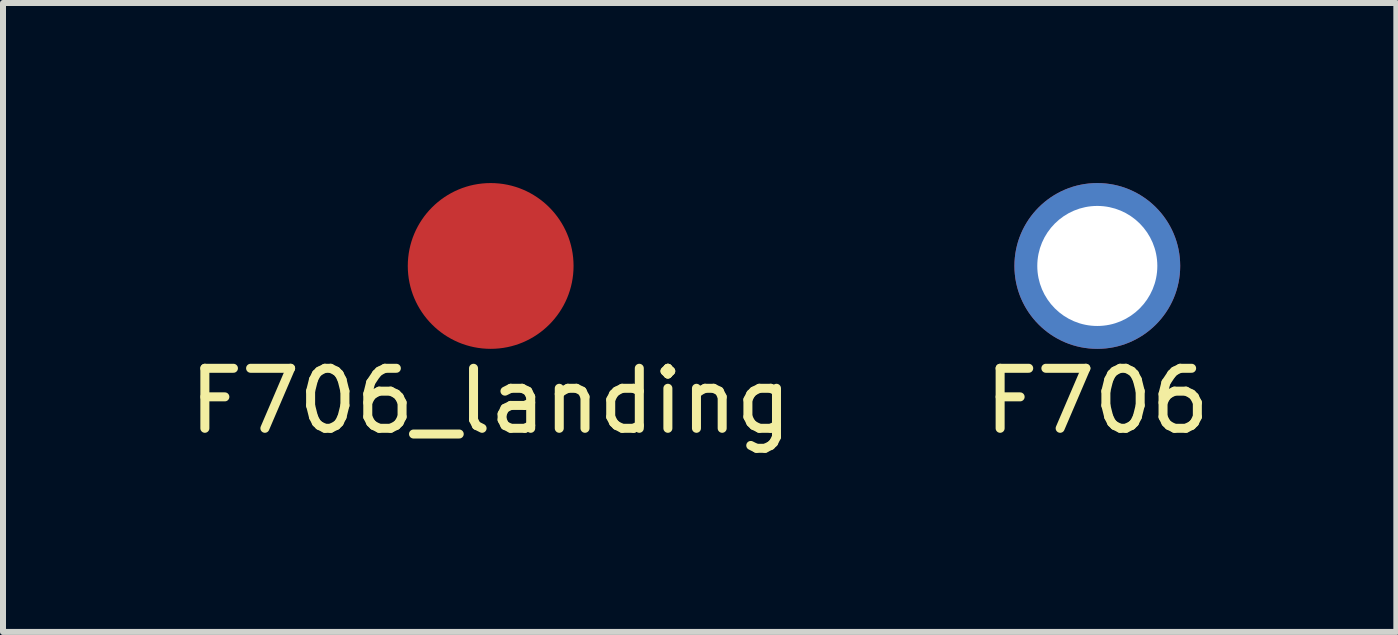
<source format=kicad_pcb>
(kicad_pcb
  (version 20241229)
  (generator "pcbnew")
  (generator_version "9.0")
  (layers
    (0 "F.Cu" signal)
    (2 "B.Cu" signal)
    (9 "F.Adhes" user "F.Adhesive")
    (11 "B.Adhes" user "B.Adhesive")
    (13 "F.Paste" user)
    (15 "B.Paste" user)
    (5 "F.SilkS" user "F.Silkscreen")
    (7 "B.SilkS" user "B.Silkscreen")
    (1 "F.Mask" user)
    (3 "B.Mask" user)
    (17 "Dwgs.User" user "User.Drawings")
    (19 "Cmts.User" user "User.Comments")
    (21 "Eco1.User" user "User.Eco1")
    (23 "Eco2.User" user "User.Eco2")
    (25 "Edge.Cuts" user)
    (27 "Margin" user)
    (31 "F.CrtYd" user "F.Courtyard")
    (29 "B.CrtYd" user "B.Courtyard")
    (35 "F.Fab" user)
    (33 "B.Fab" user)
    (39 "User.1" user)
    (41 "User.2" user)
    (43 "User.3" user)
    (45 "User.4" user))
  (footprint "F706"
    (layer "F.Cu")
    (at 15.232 1.381)
    (property "Reference" "F706" (at 0 2.25 0) (layer "F.SilkS") (effects (font (size 1 1) (thickness 0.15))))
    (attr through_hole)
    (pad "1" thru_hole circle (at 0 0) (size 2.762 2.762) (drill 2) (layers "*.Cu" "*.Mask")))
  (footprint "F706_landing"
    (layer "F.Cu")
    (at 5.125 1.381)
    (property "Reference" "F706_landing" (at 0 2.25 0) (layer "F.SilkS") (effects (font (size 1 1) (thickness 0.15))))
    (attr through_hole)
    (pad "1" smd circle (at 0 0) (size 2.762 2.762) (layers "F.Cu" "F.Mask" "F.Paste")))
  (gr_rect
    (start -3 -3)
    (end 20.214 7.479)
    (stroke (width 0.1) (type default))
    (fill no)
    (layer "Edge.Cuts")))
</source>
